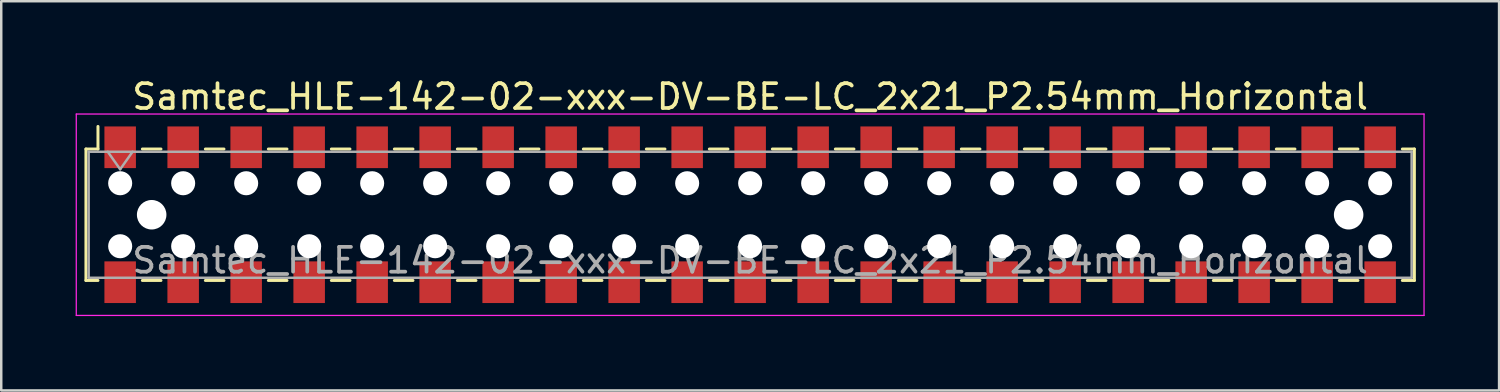
<source format=kicad_pcb>
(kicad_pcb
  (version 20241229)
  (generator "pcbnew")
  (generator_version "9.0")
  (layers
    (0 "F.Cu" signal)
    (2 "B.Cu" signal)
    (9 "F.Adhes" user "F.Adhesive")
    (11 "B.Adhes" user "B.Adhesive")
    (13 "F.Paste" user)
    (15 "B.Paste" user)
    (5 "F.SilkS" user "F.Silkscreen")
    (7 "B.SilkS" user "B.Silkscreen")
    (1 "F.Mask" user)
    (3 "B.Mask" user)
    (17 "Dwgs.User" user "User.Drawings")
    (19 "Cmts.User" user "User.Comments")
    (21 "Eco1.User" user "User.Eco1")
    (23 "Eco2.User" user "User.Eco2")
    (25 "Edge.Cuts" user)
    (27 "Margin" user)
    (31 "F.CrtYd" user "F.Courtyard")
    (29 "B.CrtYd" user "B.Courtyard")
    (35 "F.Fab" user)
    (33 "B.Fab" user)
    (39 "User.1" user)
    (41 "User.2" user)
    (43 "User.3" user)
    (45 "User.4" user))
  (footprint "Samtec_HLE-142-02-xxx-DV-BE-LC_2x21_P2.54mm_Horizontal"
    (layer "F.Cu")
    (at 27.195 5.608)
    (property "Reference" "Samtec_HLE-142-02-xxx-DV-BE-LC_2x21_P2.54mm_Horizontal" (at 0 -4.76 0) (layer "F.SilkS") (effects (font (size 1 1) (thickness 0.15))))
    (attr smd)
    (fp_line (start -26.78 -2.65) (end -26.78 2.65) (stroke (width 0.12) (type solid)) (layer "F.SilkS"))
    (fp_line (start -26.78 2.65) (end -26.295 2.65) (stroke (width 0.12) (type solid)) (layer "F.SilkS"))
    (fp_line (start -26.295 -3.56) (end -26.295 -2.65) (stroke (width 0.12) (type solid)) (layer "F.SilkS"))
    (fp_line (start -26.295 -2.65) (end -26.78 -2.65) (stroke (width 0.12) (type solid)) (layer "F.SilkS"))
    (fp_line (start -24.505 -2.65) (end -23.755 -2.65) (stroke (width 0.12) (type solid)) (layer "F.SilkS"))
    (fp_line (start -24.505 2.65) (end -23.755 2.65) (stroke (width 0.12) (type solid)) (layer "F.SilkS"))
    (fp_line (start -21.965 -2.65) (end -21.215 -2.65) (stroke (width 0.12) (type solid)) (layer "F.SilkS"))
    (fp_line (start -21.965 2.65) (end -21.215 2.65) (stroke (width 0.12) (type solid)) (layer "F.SilkS"))
    (fp_line (start -19.425 -2.65) (end -18.675 -2.65) (stroke (width 0.12) (type solid)) (layer "F.SilkS"))
    (fp_line (start -19.425 2.65) (end -18.675 2.65) (stroke (width 0.12) (type solid)) (layer "F.SilkS"))
    (fp_line (start -16.885 -2.65) (end -16.135 -2.65) (stroke (width 0.12) (type solid)) (layer "F.SilkS"))
    (fp_line (start -16.885 2.65) (end -16.135 2.65) (stroke (width 0.12) (type solid)) (layer "F.SilkS"))
    (fp_line (start -14.345 -2.65) (end -13.595 -2.65) (stroke (width 0.12) (type solid)) (layer "F.SilkS"))
    (fp_line (start -14.345 2.65) (end -13.595 2.65) (stroke (width 0.12) (type solid)) (layer "F.SilkS"))
    (fp_line (start -11.805 -2.65) (end -11.055 -2.65) (stroke (width 0.12) (type solid)) (layer "F.SilkS"))
    (fp_line (start -11.805 2.65) (end -11.055 2.65) (stroke (width 0.12) (type solid)) (layer "F.SilkS"))
    (fp_line (start -9.265 -2.65) (end -8.515 -2.65) (stroke (width 0.12) (type solid)) (layer "F.SilkS"))
    (fp_line (start -9.265 2.65) (end -8.515 2.65) (stroke (width 0.12) (type solid)) (layer "F.SilkS"))
    (fp_line (start -6.725 -2.65) (end -5.975 -2.65) (stroke (width 0.12) (type solid)) (layer "F.SilkS"))
    (fp_line (start -6.725 2.65) (end -5.975 2.65) (stroke (width 0.12) (type solid)) (layer "F.SilkS"))
    (fp_line (start -4.185 -2.65) (end -3.435 -2.65) (stroke (width 0.12) (type solid)) (layer "F.SilkS"))
    (fp_line (start -4.185 2.65) (end -3.435 2.65) (stroke (width 0.12) (type solid)) (layer "F.SilkS"))
    (fp_line (start -1.645 -2.65) (end -0.895 -2.65) (stroke (width 0.12) (type solid)) (layer "F.SilkS"))
    (fp_line (start -1.645 2.65) (end -0.895 2.65) (stroke (width 0.12) (type solid)) (layer "F.SilkS"))
    (fp_line (start 0.895 -2.65) (end 1.645 -2.65) (stroke (width 0.12) (type solid)) (layer "F.SilkS"))
    (fp_line (start 0.895 2.65) (end 1.645 2.65) (stroke (width 0.12) (type solid)) (layer "F.SilkS"))
    (fp_line (start 3.435 -2.65) (end 4.185 -2.65) (stroke (width 0.12) (type solid)) (layer "F.SilkS"))
    (fp_line (start 3.435 2.65) (end 4.185 2.65) (stroke (width 0.12) (type solid)) (layer "F.SilkS"))
    (fp_line (start 5.975 -2.65) (end 6.725 -2.65) (stroke (width 0.12) (type solid)) (layer "F.SilkS"))
    (fp_line (start 5.975 2.65) (end 6.725 2.65) (stroke (width 0.12) (type solid)) (layer "F.SilkS"))
    (fp_line (start 8.515 -2.65) (end 9.265 -2.65) (stroke (width 0.12) (type solid)) (layer "F.SilkS"))
    (fp_line (start 8.515 2.65) (end 9.265 2.65) (stroke (width 0.12) (type solid)) (layer "F.SilkS"))
    (fp_line (start 11.055 -2.65) (end 11.805 -2.65) (stroke (width 0.12) (type solid)) (layer "F.SilkS"))
    (fp_line (start 11.055 2.65) (end 11.805 2.65) (stroke (width 0.12) (type solid)) (layer "F.SilkS"))
    (fp_line (start 13.595 -2.65) (end 14.345 -2.65) (stroke (width 0.12) (type solid)) (layer "F.SilkS"))
    (fp_line (start 13.595 2.65) (end 14.345 2.65) (stroke (width 0.12) (type solid)) (layer "F.SilkS"))
    (fp_line (start 16.135 -2.65) (end 16.885 -2.65) (stroke (width 0.12) (type solid)) (layer "F.SilkS"))
    (fp_line (start 16.135 2.65) (end 16.885 2.65) (stroke (width 0.12) (type solid)) (layer "F.SilkS"))
    (fp_line (start 18.675 -2.65) (end 19.425 -2.65) (stroke (width 0.12) (type solid)) (layer "F.SilkS"))
    (fp_line (start 18.675 2.65) (end 19.425 2.65) (stroke (width 0.12) (type solid)) (layer "F.SilkS"))
    (fp_line (start 21.215 -2.65) (end 21.965 -2.65) (stroke (width 0.12) (type solid)) (layer "F.SilkS"))
    (fp_line (start 21.215 2.65) (end 21.965 2.65) (stroke (width 0.12) (type solid)) (layer "F.SilkS"))
    (fp_line (start 23.755 -2.65) (end 24.505 -2.65) (stroke (width 0.12) (type solid)) (layer "F.SilkS"))
    (fp_line (start 23.755 2.65) (end 24.505 2.65) (stroke (width 0.12) (type solid)) (layer "F.SilkS"))
    (fp_line (start 26.295 -2.65) (end 26.78 -2.65) (stroke (width 0.12) (type solid)) (layer "F.SilkS"))
    (fp_line (start 26.78 -2.65) (end 26.78 2.65) (stroke (width 0.12) (type solid)) (layer "F.SilkS"))
    (fp_line (start 26.78 2.65) (end 26.295 2.65) (stroke (width 0.12) (type solid)) (layer "F.SilkS"))
    (fp_line (start -27.17 -4.06) (end 27.17 -4.06) (stroke (width 0.05) (type solid)) (layer "F.CrtYd"))
    (fp_line (start -27.17 4.06) (end -27.17 -4.06) (stroke (width 0.05) (type solid)) (layer "F.CrtYd"))
    (fp_line (start 27.17 -4.06) (end 27.17 4.06) (stroke (width 0.05) (type solid)) (layer "F.CrtYd"))
    (fp_line (start 27.17 4.06) (end -27.17 4.06) (stroke (width 0.05) (type solid)) (layer "F.CrtYd"))
    (fp_line (start -26.67 -2.54) (end 26.67 -2.54) (stroke (width 0.1) (type solid)) (layer "F.Fab"))
    (fp_line (start -26.67 2.54) (end -26.67 -2.54) (stroke (width 0.1) (type solid)) (layer "F.Fab"))
    (fp_line (start -25.9 -2.54) (end -25.4 -1.833) (stroke (width 0.1) (type solid)) (layer "F.Fab"))
    (fp_line (start -25.4 -1.833) (end -24.9 -2.54) (stroke (width 0.1) (type solid)) (layer "F.Fab"))
    (fp_line (start 26.67 -2.54) (end 26.67 2.54) (stroke (width 0.1) (type solid)) (layer "F.Fab"))
    (fp_line (start 26.67 2.54) (end -26.67 2.54) (stroke (width 0.1) (type solid)) (layer "F.Fab"))
    (fp_text user "${REFERENCE}" (at 0 1.84 0) (layer "F.Fab") (effects (font (size 1 1) (thickness 0.15))))
    (pad "" np_thru_hole circle (at -25.4 -1.27) (size 0.97 0.97) (drill 0.97) (layers "*.Cu" "*.Mask"))
    (pad "" np_thru_hole circle (at -25.4 1.27) (size 0.97 0.97) (drill 0.97) (layers "*.Cu" "*.Mask"))
    (pad "" np_thru_hole circle (at -24.13 0) (size 1.19 1.19) (drill 1.19) (layers "*.Cu" "*.Mask"))
    (pad "" np_thru_hole circle (at -22.86 -1.27) (size 0.97 0.97) (drill 0.97) (layers "*.Cu" "*.Mask"))
    (pad "" np_thru_hole circle (at -22.86 1.27) (size 0.97 0.97) (drill 0.97) (layers "*.Cu" "*.Mask"))
    (pad "" np_thru_hole circle (at -20.32 -1.27) (size 0.97 0.97) (drill 0.97) (layers "*.Cu" "*.Mask"))
    (pad "" np_thru_hole circle (at -20.32 1.27) (size 0.97 0.97) (drill 0.97) (layers "*.Cu" "*.Mask"))
    (pad "" np_thru_hole circle (at -17.78 -1.27) (size 0.97 0.97) (drill 0.97) (layers "*.Cu" "*.Mask"))
    (pad "" np_thru_hole circle (at -17.78 1.27) (size 0.97 0.97) (drill 0.97) (layers "*.Cu" "*.Mask"))
    (pad "" np_thru_hole circle (at -15.24 -1.27) (size 0.97 0.97) (drill 0.97) (layers "*.Cu" "*.Mask"))
    (pad "" np_thru_hole circle (at -15.24 1.27) (size 0.97 0.97) (drill 0.97) (layers "*.Cu" "*.Mask"))
    (pad "" np_thru_hole circle (at -12.7 -1.27) (size 0.97 0.97) (drill 0.97) (layers "*.Cu" "*.Mask"))
    (pad "" np_thru_hole circle (at -12.7 1.27) (size 0.97 0.97) (drill 0.97) (layers "*.Cu" "*.Mask"))
    (pad "" np_thru_hole circle (at -10.16 -1.27) (size 0.97 0.97) (drill 0.97) (layers "*.Cu" "*.Mask"))
    (pad "" np_thru_hole circle (at -10.16 1.27) (size 0.97 0.97) (drill 0.97) (layers "*.Cu" "*.Mask"))
    (pad "" np_thru_hole circle (at -7.62 -1.27) (size 0.97 0.97) (drill 0.97) (layers "*.Cu" "*.Mask"))
    (pad "" np_thru_hole circle (at -7.62 1.27) (size 0.97 0.97) (drill 0.97) (layers "*.Cu" "*.Mask"))
    (pad "" np_thru_hole circle (at -5.08 -1.27) (size 0.97 0.97) (drill 0.97) (layers "*.Cu" "*.Mask"))
    (pad "" np_thru_hole circle (at -5.08 1.27) (size 0.97 0.97) (drill 0.97) (layers "*.Cu" "*.Mask"))
    (pad "" np_thru_hole circle (at -2.54 -1.27) (size 0.97 0.97) (drill 0.97) (layers "*.Cu" "*.Mask"))
    (pad "" np_thru_hole circle (at -2.54 1.27) (size 0.97 0.97) (drill 0.97) (layers "*.Cu" "*.Mask"))
    (pad "" np_thru_hole circle (at 0 -1.27) (size 0.97 0.97) (drill 0.97) (layers "*.Cu" "*.Mask"))
    (pad "" np_thru_hole circle (at 0 1.27) (size 0.97 0.97) (drill 0.97) (layers "*.Cu" "*.Mask"))
    (pad "" np_thru_hole circle (at 2.54 -1.27) (size 0.97 0.97) (drill 0.97) (layers "*.Cu" "*.Mask"))
    (pad "" np_thru_hole circle (at 2.54 1.27) (size 0.97 0.97) (drill 0.97) (layers "*.Cu" "*.Mask"))
    (pad "" np_thru_hole circle (at 5.08 -1.27) (size 0.97 0.97) (drill 0.97) (layers "*.Cu" "*.Mask"))
    (pad "" np_thru_hole circle (at 5.08 1.27) (size 0.97 0.97) (drill 0.97) (layers "*.Cu" "*.Mask"))
    (pad "" np_thru_hole circle (at 7.62 -1.27) (size 0.97 0.97) (drill 0.97) (layers "*.Cu" "*.Mask"))
    (pad "" np_thru_hole circle (at 7.62 1.27) (size 0.97 0.97) (drill 0.97) (layers "*.Cu" "*.Mask"))
    (pad "" np_thru_hole circle (at 10.16 -1.27) (size 0.97 0.97) (drill 0.97) (layers "*.Cu" "*.Mask"))
    (pad "" np_thru_hole circle (at 10.16 1.27) (size 0.97 0.97) (drill 0.97) (layers "*.Cu" "*.Mask"))
    (pad "" np_thru_hole circle (at 12.7 -1.27) (size 0.97 0.97) (drill 0.97) (layers "*.Cu" "*.Mask"))
    (pad "" np_thru_hole circle (at 12.7 1.27) (size 0.97 0.97) (drill 0.97) (layers "*.Cu" "*.Mask"))
    (pad "" np_thru_hole circle (at 15.24 -1.27) (size 0.97 0.97) (drill 0.97) (layers "*.Cu" "*.Mask"))
    (pad "" np_thru_hole circle (at 15.24 1.27) (size 0.97 0.97) (drill 0.97) (layers "*.Cu" "*.Mask"))
    (pad "" np_thru_hole circle (at 17.78 -1.27) (size 0.97 0.97) (drill 0.97) (layers "*.Cu" "*.Mask"))
    (pad "" np_thru_hole circle (at 17.78 1.27) (size 0.97 0.97) (drill 0.97) (layers "*.Cu" "*.Mask"))
    (pad "" np_thru_hole circle (at 20.32 -1.27) (size 0.97 0.97) (drill 0.97) (layers "*.Cu" "*.Mask"))
    (pad "" np_thru_hole circle (at 20.32 1.27) (size 0.97 0.97) (drill 0.97) (layers "*.Cu" "*.Mask"))
    (pad "" np_thru_hole circle (at 22.86 -1.27) (size 0.97 0.97) (drill 0.97) (layers "*.Cu" "*.Mask"))
    (pad "" np_thru_hole circle (at 22.86 1.27) (size 0.97 0.97) (drill 0.97) (layers "*.Cu" "*.Mask"))
    (pad "" np_thru_hole circle (at 24.13 0) (size 1.19 1.19) (drill 1.19) (layers "*.Cu" "*.Mask"))
    (pad "" np_thru_hole circle (at 25.4 -1.27) (size 0.97 0.97) (drill 0.97) (layers "*.Cu" "*.Mask"))
    (pad "" np_thru_hole circle (at 25.4 1.27) (size 0.97 0.97) (drill 0.97) (layers "*.Cu" "*.Mask"))
    (pad "1" smd rect (at -25.4 -2.72) (size 1.27 1.68) (layers "F.Cu" "F.Mask" "F.Paste"))
    (pad "2" smd rect (at -25.4 2.72) (size 1.27 1.68) (layers "F.Cu" "F.Mask" "F.Paste"))
    (pad "3" smd rect (at -22.86 -2.72) (size 1.27 1.68) (layers "F.Cu" "F.Mask" "F.Paste"))
    (pad "4" smd rect (at -22.86 2.72) (size 1.27 1.68) (layers "F.Cu" "F.Mask" "F.Paste"))
    (pad "5" smd rect (at -20.32 -2.72) (size 1.27 1.68) (layers "F.Cu" "F.Mask" "F.Paste"))
    (pad "6" smd rect (at -20.32 2.72) (size 1.27 1.68) (layers "F.Cu" "F.Mask" "F.Paste"))
    (pad "7" smd rect (at -17.78 -2.72) (size 1.27 1.68) (layers "F.Cu" "F.Mask" "F.Paste"))
    (pad "8" smd rect (at -17.78 2.72) (size 1.27 1.68) (layers "F.Cu" "F.Mask" "F.Paste"))
    (pad "9" smd rect (at -15.24 -2.72) (size 1.27 1.68) (layers "F.Cu" "F.Mask" "F.Paste"))
    (pad "10" smd rect (at -15.24 2.72) (size 1.27 1.68) (layers "F.Cu" "F.Mask" "F.Paste"))
    (pad "11" smd rect (at -12.7 -2.72) (size 1.27 1.68) (layers "F.Cu" "F.Mask" "F.Paste"))
    (pad "12" smd rect (at -12.7 2.72) (size 1.27 1.68) (layers "F.Cu" "F.Mask" "F.Paste"))
    (pad "13" smd rect (at -10.16 -2.72) (size 1.27 1.68) (layers "F.Cu" "F.Mask" "F.Paste"))
    (pad "14" smd rect (at -10.16 2.72) (size 1.27 1.68) (layers "F.Cu" "F.Mask" "F.Paste"))
    (pad "15" smd rect (at -7.62 -2.72) (size 1.27 1.68) (layers "F.Cu" "F.Mask" "F.Paste"))
    (pad "16" smd rect (at -7.62 2.72) (size 1.27 1.68) (layers "F.Cu" "F.Mask" "F.Paste"))
    (pad "17" smd rect (at -5.08 -2.72) (size 1.27 1.68) (layers "F.Cu" "F.Mask" "F.Paste"))
    (pad "18" smd rect (at -5.08 2.72) (size 1.27 1.68) (layers "F.Cu" "F.Mask" "F.Paste"))
    (pad "19" smd rect (at -2.54 -2.72) (size 1.27 1.68) (layers "F.Cu" "F.Mask" "F.Paste"))
    (pad "20" smd rect (at -2.54 2.72) (size 1.27 1.68) (layers "F.Cu" "F.Mask" "F.Paste"))
    (pad "21" smd rect (at 0 -2.72) (size 1.27 1.68) (layers "F.Cu" "F.Mask" "F.Paste"))
    (pad "22" smd rect (at 0 2.72) (size 1.27 1.68) (layers "F.Cu" "F.Mask" "F.Paste"))
    (pad "23" smd rect (at 2.54 -2.72) (size 1.27 1.68) (layers "F.Cu" "F.Mask" "F.Paste"))
    (pad "24" smd rect (at 2.54 2.72) (size 1.27 1.68) (layers "F.Cu" "F.Mask" "F.Paste"))
    (pad "25" smd rect (at 5.08 -2.72) (size 1.27 1.68) (layers "F.Cu" "F.Mask" "F.Paste"))
    (pad "26" smd rect (at 5.08 2.72) (size 1.27 1.68) (layers "F.Cu" "F.Mask" "F.Paste"))
    (pad "27" smd rect (at 7.62 -2.72) (size 1.27 1.68) (layers "F.Cu" "F.Mask" "F.Paste"))
    (pad "28" smd rect (at 7.62 2.72) (size 1.27 1.68) (layers "F.Cu" "F.Mask" "F.Paste"))
    (pad "29" smd rect (at 10.16 -2.72) (size 1.27 1.68) (layers "F.Cu" "F.Mask" "F.Paste"))
    (pad "30" smd rect (at 10.16 2.72) (size 1.27 1.68) (layers "F.Cu" "F.Mask" "F.Paste"))
    (pad "31" smd rect (at 12.7 -2.72) (size 1.27 1.68) (layers "F.Cu" "F.Mask" "F.Paste"))
    (pad "32" smd rect (at 12.7 2.72) (size 1.27 1.68) (layers "F.Cu" "F.Mask" "F.Paste"))
    (pad "33" smd rect (at 15.24 -2.72) (size 1.27 1.68) (layers "F.Cu" "F.Mask" "F.Paste"))
    (pad "34" smd rect (at 15.24 2.72) (size 1.27 1.68) (layers "F.Cu" "F.Mask" "F.Paste"))
    (pad "35" smd rect (at 17.78 -2.72) (size 1.27 1.68) (layers "F.Cu" "F.Mask" "F.Paste"))
    (pad "36" smd rect (at 17.78 2.72) (size 1.27 1.68) (layers "F.Cu" "F.Mask" "F.Paste"))
    (pad "37" smd rect (at 20.32 -2.72) (size 1.27 1.68) (layers "F.Cu" "F.Mask" "F.Paste"))
    (pad "38" smd rect (at 20.32 2.72) (size 1.27 1.68) (layers "F.Cu" "F.Mask" "F.Paste"))
    (pad "39" smd rect (at 22.86 -2.72) (size 1.27 1.68) (layers "F.Cu" "F.Mask" "F.Paste"))
    (pad "40" smd rect (at 22.86 2.72) (size 1.27 1.68) (layers "F.Cu" "F.Mask" "F.Paste"))
    (pad "41" smd rect (at 25.4 -2.72) (size 1.27 1.68) (layers "F.Cu" "F.Mask" "F.Paste"))
    (pad "42" smd rect (at 25.4 2.72) (size 1.27 1.68) (layers "F.Cu" "F.Mask" "F.Paste")))
  (gr_rect
    (start -3 -3)
    (end 57.39 12.693)
    (stroke (width 0.1) (type default))
    (fill no)
    (layer "Edge.Cuts")))
</source>
